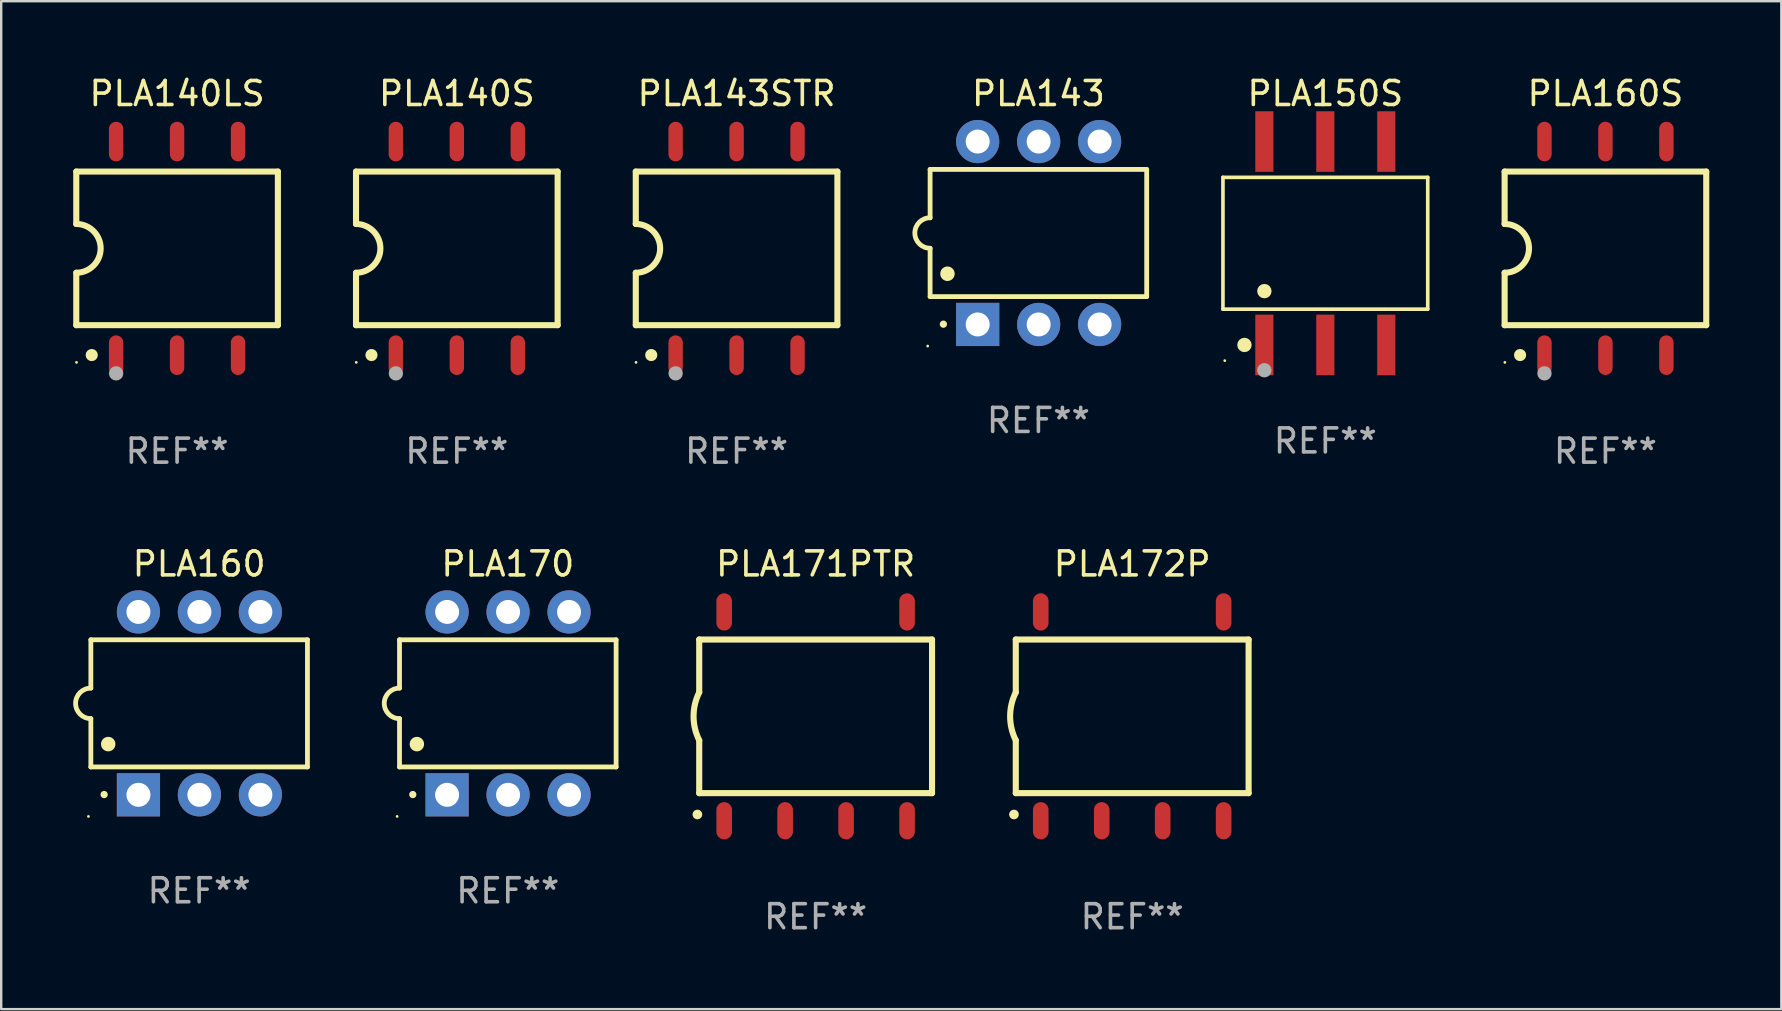
<source format=kicad_pcb>
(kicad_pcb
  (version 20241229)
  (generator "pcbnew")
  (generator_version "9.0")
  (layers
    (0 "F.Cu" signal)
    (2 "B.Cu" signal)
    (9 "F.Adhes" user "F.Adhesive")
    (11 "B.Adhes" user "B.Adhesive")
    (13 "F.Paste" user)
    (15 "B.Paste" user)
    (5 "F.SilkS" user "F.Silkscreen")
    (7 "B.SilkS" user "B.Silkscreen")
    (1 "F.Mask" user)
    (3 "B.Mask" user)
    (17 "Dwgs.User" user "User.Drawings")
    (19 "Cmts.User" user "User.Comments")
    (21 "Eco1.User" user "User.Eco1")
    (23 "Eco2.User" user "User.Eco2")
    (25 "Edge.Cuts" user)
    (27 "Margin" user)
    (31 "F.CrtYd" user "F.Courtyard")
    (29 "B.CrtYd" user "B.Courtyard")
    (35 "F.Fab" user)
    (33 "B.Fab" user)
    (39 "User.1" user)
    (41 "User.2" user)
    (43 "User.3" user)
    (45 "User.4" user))
  (footprint "PLA171PTR"
    (layer "F.Cu")
    (at 30.932 26.795)
    (property "Reference" "PLA171PTR" (at 0 -6.35 0) (layer "F.SilkS") (effects (font (size 1 1) (thickness 0.15))))
    (attr through_hole)
    (fp_line (start -4.85 -3.2) (end -4.85 -1) (stroke (width 0.254) (type solid)) (layer "F.SilkS"))
    (fp_line (start -4.85 -3.2) (end 4.85 -3.2) (stroke (width 0.254) (type solid)) (layer "F.SilkS"))
    (fp_line (start -4.85 3.2) (end -4.85 1) (stroke (width 0.254) (type solid)) (layer "F.SilkS"))
    (fp_line (start 4.85 -3.2) (end 4.85 3.2) (stroke (width 0.254) (type solid)) (layer "F.SilkS"))
    (fp_line (start 4.85 3.2) (end -4.85 3.2) (stroke (width 0.254) (type solid)) (layer "F.SilkS"))
    (fp_arc (start -4.92761 4.089408) (mid -4.92634 4.089404) (end -4.92507 4.089408) (stroke (width 0.4) (type solid)) (layer "F.SilkS"))
    (fp_arc (start -4.84887 1.000762) (mid -5.085418 0.000516) (end -4.850013 -1) (stroke (width 0.254001) (type solid)) (layer "F.SilkS"))
    (fp_text user "REF**" (at 0 8.35 0) (layer "F.Fab") (effects (font (size 1 1) (thickness 0.15))))
    (pad "1" smd oval (at -3.81 4.35) (size 0.65 1.55) (layers "F.Cu" "F.Mask" "F.Paste"))
    (pad "2" smd oval (at -1.27 4.35) (size 0.65 1.55) (layers "F.Cu" "F.Mask" "F.Paste"))
    (pad "3" smd oval (at 1.27 4.35) (size 0.65 1.55) (layers "F.Cu" "F.Mask" "F.Paste"))
    (pad "4" smd oval (at 3.81 4.35) (size 0.65 1.55) (layers "F.Cu" "F.Mask" "F.Paste"))
    (pad "5" smd oval (at 3.81 -4.35 180) (size 0.65 1.55) (layers "F.Cu" "F.Mask" "F.Paste"))
    (pad "8" smd oval (at -3.81 -4.35 180) (size 0.65 1.55) (layers "F.Cu" "F.Mask" "F.Paste")))
  (footprint "PLA160S"
    (layer "F.Cu")
    (at 63.838 7.298)
    (property "Reference" "PLA160S" (at 0 -6.45 0) (layer "F.SilkS") (effects (font (size 1 1) (thickness 0.15))))
    (attr through_hole)
    (fp_line (start -4.2 -3.2) (end -4.2 -1.016) (stroke (width 0.254) (type solid)) (layer "F.SilkS"))
    (fp_line (start -4.2 -3.2) (end 4.2 -3.2) (stroke (width 0.254) (type solid)) (layer "F.SilkS"))
    (fp_line (start -4.2 3.2) (end -4.2 1.016) (stroke (width 0.254) (type solid)) (layer "F.SilkS"))
    (fp_line (start 4.2 -3.2) (end 4.2 3.2) (stroke (width 0.254) (type solid)) (layer "F.SilkS"))
    (fp_line (start 4.2 3.2) (end -4.2 3.2) (stroke (width 0.254) (type solid)) (layer "F.SilkS"))
    (fp_arc (start -4.201169 -1.016003) (mid -3.185166 -0.000585) (end -4.2 1.016002) (stroke (width 0.254001) (type solid)) (layer "F.SilkS"))
    (fp_circle (center -4.19 4.75) (end -4.16 4.75) (stroke (width 0.06) (type solid)) (fill no) (layer "F.SilkS"))
    (fp_circle (center -3.556 4.445) (end -3.429 4.445) (stroke (width 0.254) (type solid)) (fill no) (layer "F.SilkS"))
    (fp_circle (center -2.54 5.207) (end -2.39 5.207) (stroke (width 0.3) (type solid)) (fill no) (layer "F.Fab"))
    (fp_text user "REF**" (at 0 8.45 0) (layer "F.Fab") (effects (font (size 1 1) (thickness 0.15))))
    (pad "1" smd oval (at -2.54 4.45 90) (size 1.65 0.6) (layers "F.Cu" "F.Mask" "F.Paste"))
    (pad "2" smd oval (at 0 4.45 90) (size 1.65 0.6) (layers "F.Cu" "F.Mask" "F.Paste"))
    (pad "3" smd oval (at 2.54 4.45 90) (size 1.65 0.6) (layers "F.Cu" "F.Mask" "F.Paste"))
    (pad "4" smd oval (at 2.54 -4.45 90) (size 1.65 0.6) (layers "F.Cu" "F.Mask" "F.Paste"))
    (pad "5" smd oval (at 0 -4.45 90) (size 1.65 0.6) (layers "F.Cu" "F.Mask" "F.Paste"))
    (pad "6" smd oval (at -2.54 -4.45 90) (size 1.65 0.6) (layers "F.Cu" "F.Mask" "F.Paste")))
  (footprint "PLA140LS"
    (layer "F.Cu")
    (at 4.328 7.298)
    (property "Reference" "PLA140LS" (at 0 -6.45 0) (layer "F.SilkS") (effects (font (size 1 1) (thickness 0.15))))
    (attr through_hole)
    (fp_line (start -4.2 -3.2) (end -4.2 -1.016) (stroke (width 0.254) (type solid)) (layer "F.SilkS"))
    (fp_line (start -4.2 -3.2) (end 4.2 -3.2) (stroke (width 0.254) (type solid)) (layer "F.SilkS"))
    (fp_line (start -4.2 3.2) (end -4.2 1.016) (stroke (width 0.254) (type solid)) (layer "F.SilkS"))
    (fp_line (start 4.2 -3.2) (end 4.2 3.2) (stroke (width 0.254) (type solid)) (layer "F.SilkS"))
    (fp_line (start 4.2 3.2) (end -4.2 3.2) (stroke (width 0.254) (type solid)) (layer "F.SilkS"))
    (fp_arc (start -4.201169 -1.016003) (mid -3.185166 -0.000585) (end -4.2 1.016002) (stroke (width 0.254001) (type solid)) (layer "F.SilkS"))
    (fp_circle (center -4.19 4.75) (end -4.16 4.75) (stroke (width 0.06) (type solid)) (fill no) (layer "F.SilkS"))
    (fp_circle (center -3.556 4.445) (end -3.429 4.445) (stroke (width 0.254) (type solid)) (fill no) (layer "F.SilkS"))
    (fp_circle (center -2.54 5.207) (end -2.39 5.207) (stroke (width 0.3) (type solid)) (fill no) (layer "F.Fab"))
    (fp_text user "REF**" (at 0 8.45 0) (layer "F.Fab") (effects (font (size 1 1) (thickness 0.15))))
    (pad "1" smd oval (at -2.54 4.45 90) (size 1.65 0.6) (layers "F.Cu" "F.Mask" "F.Paste"))
    (pad "2" smd oval (at 0 4.45 90) (size 1.65 0.6) (layers "F.Cu" "F.Mask" "F.Paste"))
    (pad "3" smd oval (at 2.54 4.45 90) (size 1.65 0.6) (layers "F.Cu" "F.Mask" "F.Paste"))
    (pad "4" smd oval (at 2.54 -4.45 90) (size 1.65 0.6) (layers "F.Cu" "F.Mask" "F.Paste"))
    (pad "5" smd oval (at 0 -4.45 90) (size 1.65 0.6) (layers "F.Cu" "F.Mask" "F.Paste"))
    (pad "6" smd oval (at -2.54 -4.45 90) (size 1.65 0.6) (layers "F.Cu" "F.Mask" "F.Paste")))
  (footprint "PLA170"
    (layer "F.Cu")
    (at 18.107 26.255)
    (property "Reference" "PLA170" (at 0 -5.81 0) (layer "F.SilkS") (effects (font (size 1 1) (thickness 0.15))))
    (attr through_hole)
    (fp_line (start -4.512 -2.649) (end 4.512 -2.649) (stroke (width 0.2) (type solid)) (layer "F.SilkS"))
    (fp_line (start -4.512 -0.635) (end -4.512 -2.649) (stroke (width 0.2) (type solid)) (layer "F.SilkS"))
    (fp_line (start -4.512 2.649) (end -4.512 0.635) (stroke (width 0.2) (type solid)) (layer "F.SilkS"))
    (fp_line (start 4.512 -2.649) (end 4.512 2.649) (stroke (width 0.2) (type solid)) (layer "F.SilkS"))
    (fp_line (start 4.512 2.649) (end -4.512 2.649) (stroke (width 0.2) (type solid)) (layer "F.SilkS"))
    (fp_arc (start -4.512319 0.635001) (mid -5.14732 0) (end -4.512319 -0.635001) (stroke (width 0.2) (type solid)) (layer "F.SilkS"))
    (fp_arc (start -3.958598 3.799848) (mid -3.958603 3.798578) (end -3.958598 3.797308) (stroke (width 0.3) (type solid)) (layer "F.SilkS"))
    (fp_arc (start -3.788418 1.699263) (mid -3.788429 1.696723) (end -3.788418 1.694183) (stroke (width 0.6) (type solid)) (layer "F.SilkS"))
    (fp_circle (center -4.612 4.71) (end -4.582 4.71) (stroke (width 0.06) (type solid)) (fill no) (layer "F.SilkS"))
    (fp_text user "REF**" (at 0 7.81 0) (layer "F.Fab") (effects (font (size 1 1) (thickness 0.15))))
    (pad "1" thru_hole rect (at -2.529 3.81 90) (size 1.8 1.8) (drill 1) (layers "*.Cu" "*.Mask"))
    (pad "2" thru_hole circle (at 0.011 3.81) (size 1.8 1.8) (drill 1) (layers "*.Cu" "*.Mask"))
    (pad "3" thru_hole circle (at 2.551 3.81) (size 1.8 1.8) (drill 1) (layers "*.Cu" "*.Mask"))
    (pad "4" thru_hole circle (at 2.551 -3.81) (size 1.8 1.8) (drill 1) (layers "*.Cu" "*.Mask"))
    (pad "5" thru_hole circle (at 0.011 -3.81) (size 1.8 1.8) (drill 1) (layers "*.Cu" "*.Mask"))
    (pad "6" thru_hole circle (at -2.529 -3.81) (size 1.8 1.8) (drill 1) (layers "*.Cu" "*.Mask")))
  (footprint "PLA140S"
    (layer "F.Cu")
    (at 15.983 7.298)
    (property "Reference" "PLA140S" (at 0 -6.45 0) (layer "F.SilkS") (effects (font (size 1 1) (thickness 0.15))))
    (attr through_hole)
    (fp_line (start -4.2 -3.2) (end -4.2 -1.016) (stroke (width 0.254) (type solid)) (layer "F.SilkS"))
    (fp_line (start -4.2 -3.2) (end 4.2 -3.2) (stroke (width 0.254) (type solid)) (layer "F.SilkS"))
    (fp_line (start -4.2 3.2) (end -4.2 1.016) (stroke (width 0.254) (type solid)) (layer "F.SilkS"))
    (fp_line (start 4.2 -3.2) (end 4.2 3.2) (stroke (width 0.254) (type solid)) (layer "F.SilkS"))
    (fp_line (start 4.2 3.2) (end -4.2 3.2) (stroke (width 0.254) (type solid)) (layer "F.SilkS"))
    (fp_arc (start -4.201169 -1.016003) (mid -3.185166 -0.000585) (end -4.2 1.016002) (stroke (width 0.254001) (type solid)) (layer "F.SilkS"))
    (fp_circle (center -4.19 4.75) (end -4.16 4.75) (stroke (width 0.06) (type solid)) (fill no) (layer "F.SilkS"))
    (fp_circle (center -3.556 4.445) (end -3.429 4.445) (stroke (width 0.254) (type solid)) (fill no) (layer "F.SilkS"))
    (fp_circle (center -2.54 5.207) (end -2.39 5.207) (stroke (width 0.3) (type solid)) (fill no) (layer "F.Fab"))
    (fp_text user "REF**" (at 0 8.45 0) (layer "F.Fab") (effects (font (size 1 1) (thickness 0.15))))
    (pad "1" smd oval (at -2.54 4.45 90) (size 1.65 0.6) (layers "F.Cu" "F.Mask" "F.Paste"))
    (pad "2" smd oval (at 0 4.45 90) (size 1.65 0.6) (layers "F.Cu" "F.Mask" "F.Paste"))
    (pad "3" smd oval (at 2.54 4.45 90) (size 1.65 0.6) (layers "F.Cu" "F.Mask" "F.Paste"))
    (pad "4" smd oval (at 2.54 -4.45 90) (size 1.65 0.6) (layers "F.Cu" "F.Mask" "F.Paste"))
    (pad "5" smd oval (at 0 -4.45 90) (size 1.65 0.6) (layers "F.Cu" "F.Mask" "F.Paste"))
    (pad "6" smd oval (at -2.54 -4.45 90) (size 1.65 0.6) (layers "F.Cu" "F.Mask" "F.Paste")))
  (footprint "PLA143"
    (layer "F.Cu")
    (at 40.213 6.658)
    (property "Reference" "PLA143" (at 0 -5.81 0) (layer "F.SilkS") (effects (font (size 1 1) (thickness 0.15))))
    (attr through_hole)
    (fp_line (start -4.512 -2.649) (end 4.512 -2.649) (stroke (width 0.2) (type solid)) (layer "F.SilkS"))
    (fp_line (start -4.512 -0.635) (end -4.512 -2.649) (stroke (width 0.2) (type solid)) (layer "F.SilkS"))
    (fp_line (start -4.512 2.649) (end -4.512 0.635) (stroke (width 0.2) (type solid)) (layer "F.SilkS"))
    (fp_line (start 4.512 -2.649) (end 4.512 2.649) (stroke (width 0.2) (type solid)) (layer "F.SilkS"))
    (fp_line (start 4.512 2.649) (end -4.512 2.649) (stroke (width 0.2) (type solid)) (layer "F.SilkS"))
    (fp_arc (start -4.512319 0.635001) (mid -5.14732 0) (end -4.512319 -0.635001) (stroke (width 0.2) (type solid)) (layer "F.SilkS"))
    (fp_arc (start -3.958598 3.799848) (mid -3.958603 3.798578) (end -3.958598 3.797308) (stroke (width 0.3) (type solid)) (layer "F.SilkS"))
    (fp_arc (start -3.788418 1.699263) (mid -3.788429 1.696723) (end -3.788418 1.694183) (stroke (width 0.6) (type solid)) (layer "F.SilkS"))
    (fp_circle (center -4.612 4.71) (end -4.582 4.71) (stroke (width 0.06) (type solid)) (fill no) (layer "F.SilkS"))
    (fp_text user "REF**" (at 0 7.81 0) (layer "F.Fab") (effects (font (size 1 1) (thickness 0.15))))
    (pad "1" thru_hole rect (at -2.529 3.81 90) (size 1.8 1.8) (drill 1) (layers "*.Cu" "*.Mask"))
    (pad "2" thru_hole circle (at 0.011 3.81) (size 1.8 1.8) (drill 1) (layers "*.Cu" "*.Mask"))
    (pad "3" thru_hole circle (at 2.551 3.81) (size 1.8 1.8) (drill 1) (layers "*.Cu" "*.Mask"))
    (pad "4" thru_hole circle (at 2.551 -3.81) (size 1.8 1.8) (drill 1) (layers "*.Cu" "*.Mask"))
    (pad "5" thru_hole circle (at 0.011 -3.81) (size 1.8 1.8) (drill 1) (layers "*.Cu" "*.Mask"))
    (pad "6" thru_hole circle (at -2.529 -3.81) (size 1.8 1.8) (drill 1) (layers "*.Cu" "*.Mask")))
  (footprint "PLA143STR"
    (layer "F.Cu")
    (at 27.639 7.298)
    (property "Reference" "PLA143STR" (at 0 -6.45 0) (layer "F.SilkS") (effects (font (size 1 1) (thickness 0.15))))
    (attr through_hole)
    (fp_line (start -4.2 -3.2) (end -4.2 -1.016) (stroke (width 0.254) (type solid)) (layer "F.SilkS"))
    (fp_line (start -4.2 -3.2) (end 4.2 -3.2) (stroke (width 0.254) (type solid)) (layer "F.SilkS"))
    (fp_line (start -4.2 3.2) (end -4.2 1.016) (stroke (width 0.254) (type solid)) (layer "F.SilkS"))
    (fp_line (start 4.2 -3.2) (end 4.2 3.2) (stroke (width 0.254) (type solid)) (layer "F.SilkS"))
    (fp_line (start 4.2 3.2) (end -4.2 3.2) (stroke (width 0.254) (type solid)) (layer "F.SilkS"))
    (fp_arc (start -4.201169 -1.016003) (mid -3.185166 -0.000585) (end -4.2 1.016002) (stroke (width 0.254001) (type solid)) (layer "F.SilkS"))
    (fp_circle (center -4.19 4.75) (end -4.16 4.75) (stroke (width 0.06) (type solid)) (fill no) (layer "F.SilkS"))
    (fp_circle (center -3.556 4.445) (end -3.429 4.445) (stroke (width 0.254) (type solid)) (fill no) (layer "F.SilkS"))
    (fp_circle (center -2.54 5.207) (end -2.39 5.207) (stroke (width 0.3) (type solid)) (fill no) (layer "F.Fab"))
    (fp_text user "REF**" (at 0 8.45 0) (layer "F.Fab") (effects (font (size 1 1) (thickness 0.15))))
    (pad "1" smd oval (at -2.54 4.45 90) (size 1.65 0.6) (layers "F.Cu" "F.Mask" "F.Paste"))
    (pad "2" smd oval (at 0 4.45 90) (size 1.65 0.6) (layers "F.Cu" "F.Mask" "F.Paste"))
    (pad "3" smd oval (at 2.54 4.45 90) (size 1.65 0.6) (layers "F.Cu" "F.Mask" "F.Paste"))
    (pad "4" smd oval (at 2.54 -4.45 90) (size 1.65 0.6) (layers "F.Cu" "F.Mask" "F.Paste"))
    (pad "5" smd oval (at 0 -4.45 90) (size 1.65 0.6) (layers "F.Cu" "F.Mask" "F.Paste"))
    (pad "6" smd oval (at -2.54 -4.45 90) (size 1.65 0.6) (layers "F.Cu" "F.Mask" "F.Paste")))
  (footprint "PLA172P"
    (layer "F.Cu")
    (at 44.121 26.795)
    (property "Reference" "PLA172P" (at 0 -6.35 0) (layer "F.SilkS") (effects (font (size 1 1) (thickness 0.15))))
    (attr through_hole)
    (fp_line (start -4.85 -3.2) (end -4.85 -1) (stroke (width 0.254) (type solid)) (layer "F.SilkS"))
    (fp_line (start -4.85 -3.2) (end 4.85 -3.2) (stroke (width 0.254) (type solid)) (layer "F.SilkS"))
    (fp_line (start -4.85 3.2) (end -4.85 1) (stroke (width 0.254) (type solid)) (layer "F.SilkS"))
    (fp_line (start 4.85 -3.2) (end 4.85 3.2) (stroke (width 0.254) (type solid)) (layer "F.SilkS"))
    (fp_line (start 4.85 3.2) (end -4.85 3.2) (stroke (width 0.254) (type solid)) (layer "F.SilkS"))
    (fp_arc (start -4.92761 4.089408) (mid -4.92634 4.089404) (end -4.92507 4.089408) (stroke (width 0.4) (type solid)) (layer "F.SilkS"))
    (fp_arc (start -4.84887 1.000762) (mid -5.085418 0.000516) (end -4.850013 -1) (stroke (width 0.254001) (type solid)) (layer "F.SilkS"))
    (fp_text user "REF**" (at 0 8.35 0) (layer "F.Fab") (effects (font (size 1 1) (thickness 0.15))))
    (pad "1" smd oval (at -3.81 4.35) (size 0.65 1.55) (layers "F.Cu" "F.Mask" "F.Paste"))
    (pad "2" smd oval (at -1.27 4.35) (size 0.65 1.55) (layers "F.Cu" "F.Mask" "F.Paste"))
    (pad "3" smd oval (at 1.27 4.35) (size 0.65 1.55) (layers "F.Cu" "F.Mask" "F.Paste"))
    (pad "4" smd oval (at 3.81 4.35) (size 0.65 1.55) (layers "F.Cu" "F.Mask" "F.Paste"))
    (pad "5" smd oval (at 3.81 -4.35 180) (size 0.65 1.55) (layers "F.Cu" "F.Mask" "F.Paste"))
    (pad "8" smd oval (at -3.81 -4.35 180) (size 0.65 1.55) (layers "F.Cu" "F.Mask" "F.Paste")))
  (footprint "PLA160"
    (layer "F.Cu")
    (at 5.247 26.255)
    (property "Reference" "PLA160" (at 0 -5.81 0) (layer "F.SilkS") (effects (font (size 1 1) (thickness 0.15))))
    (attr through_hole)
    (fp_line (start -4.512 -2.649) (end 4.512 -2.649) (stroke (width 0.2) (type solid)) (layer "F.SilkS"))
    (fp_line (start -4.512 -0.635) (end -4.512 -2.649) (stroke (width 0.2) (type solid)) (layer "F.SilkS"))
    (fp_line (start -4.512 2.649) (end -4.512 0.635) (stroke (width 0.2) (type solid)) (layer "F.SilkS"))
    (fp_line (start 4.512 -2.649) (end 4.512 2.649) (stroke (width 0.2) (type solid)) (layer "F.SilkS"))
    (fp_line (start 4.512 2.649) (end -4.512 2.649) (stroke (width 0.2) (type solid)) (layer "F.SilkS"))
    (fp_arc (start -4.512319 0.635001) (mid -5.14732 0) (end -4.512319 -0.635001) (stroke (width 0.2) (type solid)) (layer "F.SilkS"))
    (fp_arc (start -3.958598 3.799848) (mid -3.958603 3.798578) (end -3.958598 3.797308) (stroke (width 0.3) (type solid)) (layer "F.SilkS"))
    (fp_arc (start -3.788418 1.699263) (mid -3.788429 1.696723) (end -3.788418 1.694183) (stroke (width 0.6) (type solid)) (layer "F.SilkS"))
    (fp_circle (center -4.612 4.71) (end -4.582 4.71) (stroke (width 0.06) (type solid)) (fill no) (layer "F.SilkS"))
    (fp_text user "REF**" (at 0 7.81 0) (layer "F.Fab") (effects (font (size 1 1) (thickness 0.15))))
    (pad "1" thru_hole rect (at -2.529 3.81 90) (size 1.8 1.8) (drill 1) (layers "*.Cu" "*.Mask"))
    (pad "2" thru_hole circle (at 0.011 3.81) (size 1.8 1.8) (drill 1) (layers "*.Cu" "*.Mask"))
    (pad "3" thru_hole circle (at 2.551 3.81) (size 1.8 1.8) (drill 1) (layers "*.Cu" "*.Mask"))
    (pad "4" thru_hole circle (at 2.551 -3.81) (size 1.8 1.8) (drill 1) (layers "*.Cu" "*.Mask"))
    (pad "5" thru_hole circle (at 0.011 -3.81) (size 1.8 1.8) (drill 1) (layers "*.Cu" "*.Mask"))
    (pad "6" thru_hole circle (at -2.529 -3.81) (size 1.8 1.8) (drill 1) (layers "*.Cu" "*.Mask")))
  (footprint "PLA150S"
    (layer "F.Cu")
    (at 52.168 7.085)
    (property "Reference" "PLA150S" (at 0 -6.237 0) (layer "F.SilkS") (effects (font (size 1 1) (thickness 0.15))))
    (attr through_hole)
    (fp_line (start -4.266 -2.746) (end 4.266 -2.746) (stroke (width 0.152) (type solid)) (layer "F.SilkS"))
    (fp_line (start -4.266 2.746) (end -4.266 -2.746) (stroke (width 0.152) (type solid)) (layer "F.SilkS"))
    (fp_line (start 4.266 -2.746) (end 4.266 2.746) (stroke (width 0.152) (type solid)) (layer "F.SilkS"))
    (fp_line (start 4.266 2.746) (end -4.266 2.746) (stroke (width 0.152) (type solid)) (layer "F.SilkS"))
    (fp_circle (center -4.19 4.89) (end -4.16 4.89) (stroke (width 0.06) (type solid)) (fill no) (layer "F.SilkS"))
    (fp_circle (center -3.37 4.237) (end -3.22 4.237) (stroke (width 0.3) (type solid)) (fill no) (layer "F.SilkS"))
    (fp_circle (center -2.54 1.994) (end -2.39 1.994) (stroke (width 0.3) (type solid)) (fill no) (layer "F.SilkS"))
    (fp_circle (center -2.54 5.29) (end -2.39 5.29) (stroke (width 0.3) (type solid)) (fill no) (layer "F.Fab"))
    (fp_text user "REF**" (at 0 8.237 0) (layer "F.Fab") (effects (font (size 1 1) (thickness 0.15))))
    (pad "1" smd rect (at -2.54 4.237) (size 0.756 2.524) (layers "F.Cu" "F.Mask" "F.Paste"))
    (pad "2" smd rect (at 0 4.237) (size 0.756 2.524) (layers "F.Cu" "F.Mask" "F.Paste"))
    (pad "3" smd rect (at 2.54 4.237) (size 0.756 2.524) (layers "F.Cu" "F.Mask" "F.Paste"))
    (pad "4" smd rect (at 2.54 -4.237) (size 0.756 2.524) (layers "F.Cu" "F.Mask" "F.Paste"))
    (pad "5" smd rect (at 0 -4.237) (size 0.756 2.524) (layers "F.Cu" "F.Mask" "F.Paste"))
    (pad "6" smd rect (at -2.54 -4.237) (size 0.756 2.524) (layers "F.Cu" "F.Mask" "F.Paste")))
  (gr_rect
    (start -3 -3)
    (end 71.165 38.993)
    (stroke (width 0.1) (type default))
    (fill no)
    (layer "Edge.Cuts")))
</source>
